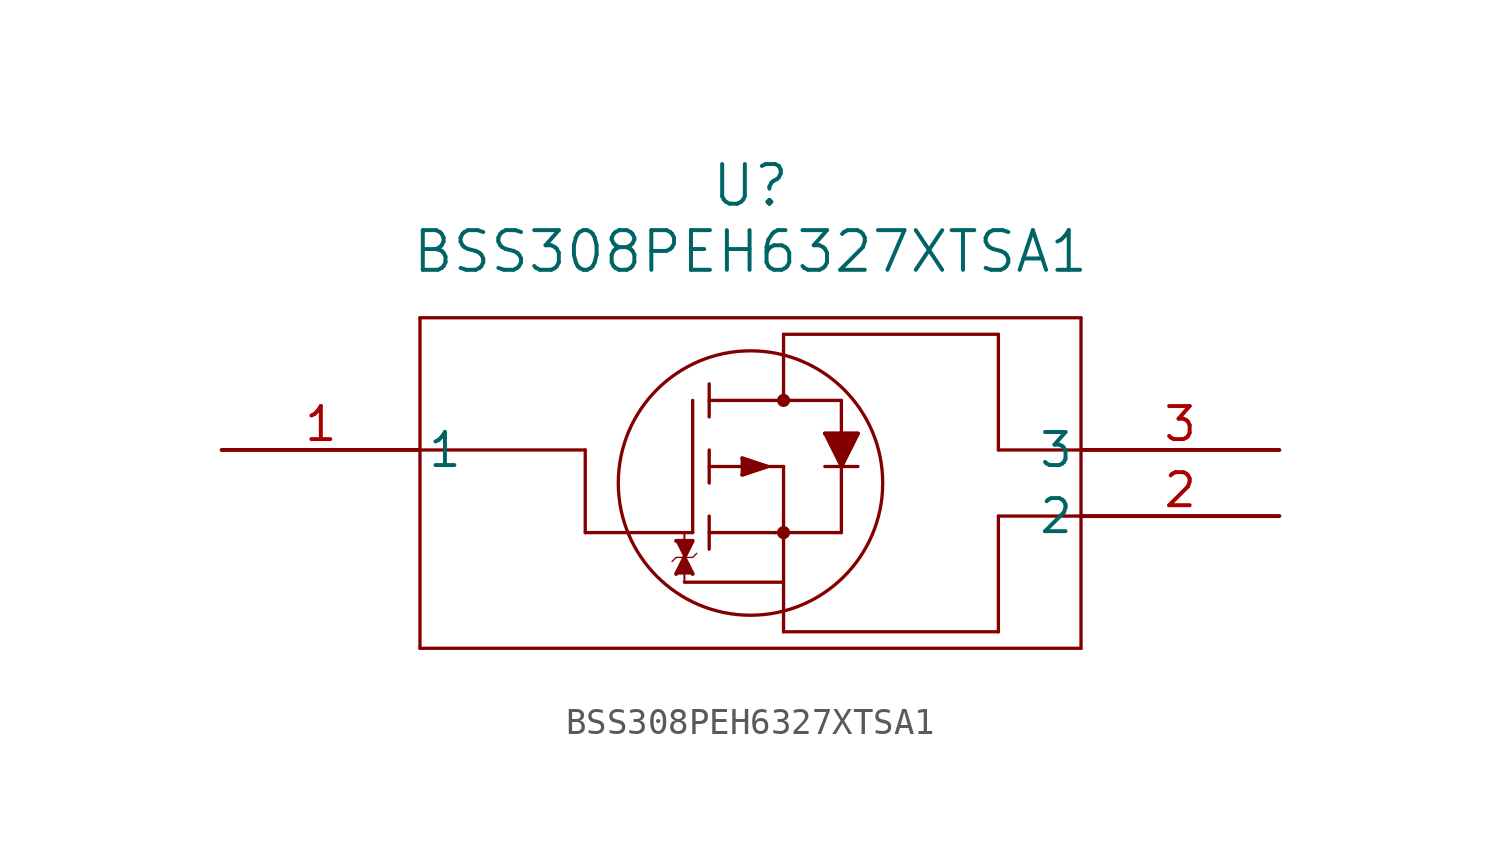
<source format=kicad_sym>
(kicad_symbol_lib
  (version 20211014)
  (generator kicad_symbol_editor)
  (symbol "BSS308PEH6327XTSA1"
    (pin_names
      (offset 0.254))
    (property "Reference" "U"
      (at 20.32 10.16 0)
      (effects (font (size 1.524 1.524))))
    (property "Value" "BSS308PEH6327XTSA1"
      (at 20.32 7.62 0)
      (effects (font (size 1.524 1.524))))
    (symbol "BSS308PEH6327XTSA1_0_1"
      (polyline (pts (xy 7.62 5.08) (xy 7.62 -7.62)) (stroke (width 0.127) (type default) (color 0 0 0 0)) (fill (type none)))
      (polyline (pts (xy 7.62 -7.62) (xy 33.02 -7.62)) (stroke (width 0.127) (type default) (color 0 0 0 0)) (fill (type none)))
      (polyline (pts (xy 33.02 -7.62) (xy 33.02 5.08)) (stroke (width 0.127) (type default) (color 0 0 0 0)) (fill (type none)))
      (polyline (pts (xy 33.02 5.08) (xy 7.62 5.08)) (stroke (width 0.127) (type default) (color 0 0 0 0)) (fill (type none)))
      (circle (center 20.32 -1.27) (radius 5.08) (stroke (width 0.127) (type default) (color 0 0 0 0)) (fill (type none)))
      (polyline (pts (xy 20.003 -0.318) (xy 20.003 -0.953)) (stroke (width 0.127) (type default) (color 0 0 0 0)) (fill (type none)))
      (polyline (pts (xy 20.003 -0.318) (xy 20.955 -0.635)) (stroke (width 0.127) (type default) (color 0 0 0 0)) (fill (type none)))
      (polyline (pts (xy 20.003 -0.953) (xy 20.955 -0.635)) (stroke (width 0.127) (type default) (color 0 0 0 0)) (fill (type none)))
      (polyline (pts (xy 21.59 -0.635) (xy 18.733 -0.635)) (stroke (width 0.127) (type default) (color 0 0 0 0)) (fill (type none)))
      (polyline (pts (xy 21.59 -0.635) (xy 21.59 -6.985)) (stroke (width 0.127) (type default) (color 0 0 0 0)) (fill (type none)))
      (polyline (pts (xy 18.733 -3.175) (xy 21.273 -3.175)) (stroke (width 0.127) (type default) (color 0 0 0 0)) (fill (type none)))
      (polyline (pts (xy 18.733 1.905) (xy 23.812 1.905)) (stroke (width 0.127) (type default) (color 0 0 0 0)) (fill (type none)))
      (polyline (pts (xy 23.812 1.905) (xy 23.812 -3.175)) (stroke (width 0.127) (type default) (color 0 0 0 0)) (fill (type none)))
      (polyline (pts (xy 23.812 -3.175) (xy 21.273 -3.175)) (stroke (width 0.127) (type default) (color 0 0 0 0)) (fill (type none)))
      (polyline (pts (xy 18.733 2.54) (xy 18.733 1.27)) (stroke (width 0.127) (type default) (color 0 0 0 0)) (fill (type none)))
      (polyline (pts (xy 18.733 0) (xy 18.733 -1.27)) (stroke (width 0.127) (type default) (color 0 0 0 0)) (fill (type none)))
      (polyline (pts (xy 18.733 -2.54) (xy 18.733 -3.81)) (stroke (width 0.127) (type default) (color 0 0 0 0)) (fill (type none)))
      (polyline (pts (xy 18.098 -3.175) (xy 18.098 1.905)) (stroke (width 0.127) (type default) (color 0 0 0 0)) (fill (type none)))
      (polyline (pts (xy 18.098 -3.175) (xy 13.97 -3.175)) (stroke (width 0.127) (type default) (color 0 0 0 0)) (fill (type none)))
      (polyline (pts (xy 17.78 -3.175) (xy 17.78 -5.08)) (stroke (width 0.076) (type default) (color 0 0 0 0)) (fill (type none)))
      (polyline (pts (xy 17.78 -5.08) (xy 21.59 -5.08)) (stroke (width 0.127) (type default) (color 0 0 0 0)) (fill (type none)))
      (polyline (pts (xy 21.59 1.905) (xy 21.59 4.445)) (stroke (width 0.127) (type default) (color 0 0 0 0)) (fill (type none)))
      (polyline (pts (xy 23.177 0.635) (xy 24.448 0.635)) (stroke (width 0.127) (type default) (color 0 0 0 0)) (fill (type none)))
      (polyline (pts (xy 23.177 0.635) (xy 23.812 -0.635)) (stroke (width 0.127) (type default) (color 0 0 0 0)) (fill (type none)))
      (polyline (pts (xy 23.812 -0.635) (xy 24.448 0.635)) (stroke (width 0.127) (type default) (color 0 0 0 0)) (fill (type none)))
      (polyline (pts (xy 23.177 -0.635) (xy 24.448 -0.635)) (stroke (width 0.127) (type default) (color 0 0 0 0)) (fill (type none)))
      (circle (center 21.59 1.905) (radius 0.127) (stroke (width 0.254) (type default) (color 0 0 0 0)) (fill (type none)))
      (circle (center 21.59 -3.175) (radius 0.127) (stroke (width 0.254) (type default) (color 0 0 0 0)) (fill (type none)))
      (polyline (pts (xy 20.003 -0.318) (xy 20.955 -0.635) (xy 20.003 -0.953)) (stroke (width 0) (type default) (color 0 0 0 0)) (fill (type outline)))
      (polyline (pts (xy 23.177 0.635) (xy 24.448 0.635) (xy 23.812 -0.635)) (stroke (width 0) (type default) (color 0 0 0 0)) (fill (type outline)))
      (polyline (pts (xy 17.462 -3.493) (xy 18.098 -3.493)) (stroke (width 0.051) (type default) (color 0 0 0 0)) (fill (type none)))
      (polyline (pts (xy 17.462 -3.493) (xy 17.78 -4.128)) (stroke (width 0.051) (type default) (color 0 0 0 0)) (fill (type none)))
      (polyline (pts (xy 18.098 -3.493) (xy 17.78 -4.128)) (stroke (width 0.051) (type default) (color 0 0 0 0)) (fill (type none)))
      (polyline (pts (xy 17.462 -4.763) (xy 18.098 -4.763)) (stroke (width 0.051) (type default) (color 0 0 0 0)) (fill (type none)))
      (polyline (pts (xy 17.462 -4.763) (xy 17.78 -4.128)) (stroke (width 0.051) (type default) (color 0 0 0 0)) (fill (type none)))
      (polyline (pts (xy 17.78 -4.128) (xy 18.098 -4.763)) (stroke (width 0.051) (type default) (color 0 0 0 0)) (fill (type none)))
      (polyline (pts (xy 17.462 -4.128) (xy 18.098 -4.128)) (stroke (width 0.051) (type default) (color 0 0 0 0)) (fill (type none)))
      (polyline (pts (xy 17.304 -4.286) (xy 17.462 -4.128)) (stroke (width 0.051) (type default) (color 0 0 0 0)) (fill (type none)))
      (polyline (pts (xy 18.098 -4.128) (xy 18.256 -3.969)) (stroke (width 0.051) (type default) (color 0 0 0 0)) (fill (type none)))
      (polyline (pts (xy 17.462 -3.493) (xy 18.098 -3.493) (xy 17.78 -4.128)) (stroke (width 0) (type default) (color 0 0 0 0)) (fill (type outline)))
      (polyline (pts (xy 17.462 -4.763) (xy 17.78 -4.128) (xy 18.098 -4.763)) (stroke (width 0) (type default) (color 0 0 0 0)) (fill (type outline)))
      (polyline (pts (xy 7.62 0) (xy 13.97 0)) (stroke (width 0.127) (type default) (color 0 0 0 0)) (fill (type none)))
      (polyline (pts (xy 13.97 0) (xy 13.97 -3.175)) (stroke (width 0.127) (type default) (color 0 0 0 0)) (fill (type none)))
      (polyline (pts (xy 21.59 4.445) (xy 29.845 4.445)) (stroke (width 0.127) (type default) (color 0 0 0 0)) (fill (type none)))
      (polyline (pts (xy 29.845 0) (xy 33.02 0)) (stroke (width 0.127) (type default) (color 0 0 0 0)) (fill (type none)))
      (polyline (pts (xy 33.02 -2.54) (xy 29.845 -2.54)) (stroke (width 0.127) (type default) (color 0 0 0 0)) (fill (type none)))
      (polyline (pts (xy 21.59 -6.985) (xy 29.845 -6.985)) (stroke (width 0.127) (type default) (color 0 0 0 0)) (fill (type none)))
      (polyline (pts (xy 29.845 -6.985) (xy 29.845 -2.54)) (stroke (width 0.127) (type default) (color 0 0 0 0)) (fill (type none)))
      (polyline (pts (xy 29.845 0) (xy 29.845 4.445)) (stroke (width 0.127) (type default) (color 0 0 0 0)) (fill (type none)))
      (pin unspecified line (at 0 0 0) (length 7.62) (name "1" (effects (font (size 1.27 1.27)))) (number "1" (effects (font (size 1.27 1.27)))))
      (pin unspecified line (at 40.64 -2.54 180) (length 7.62) (name "2" (effects (font (size 1.27 1.27)))) (number "2" (effects (font (size 1.27 1.27)))))
      (pin unspecified line (at 40.64 0 180) (length 7.62) (name "3" (effects (font (size 1.27 1.27)))) (number "3" (effects (font (size 1.27 1.27))))))))
</source>
